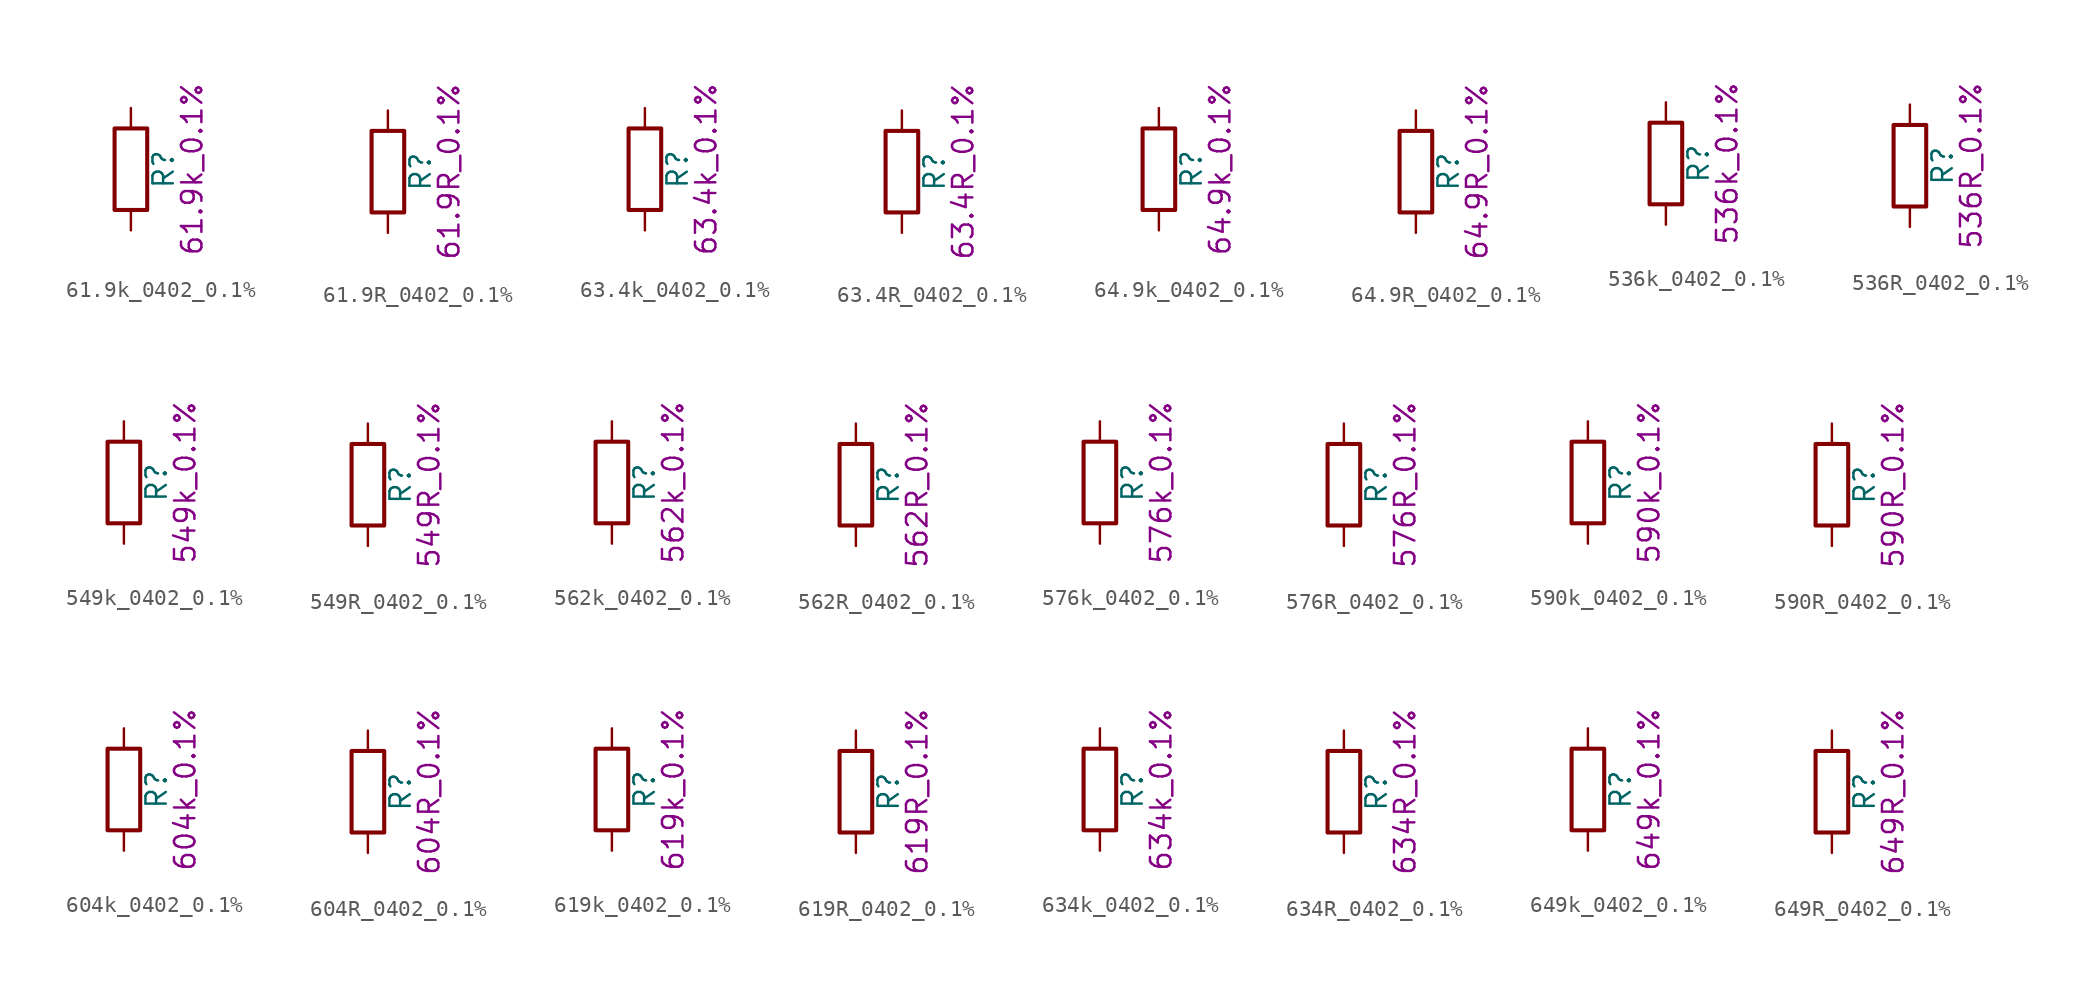
<source format=kicad_sym>
(kicad_symbol_lib
  (version 20211014)
  (generator kicad_symbol_editor)
  (symbol "61.9k_0402_0.1%"
    (pin_numbers hide)
    (pin_names
      (offset 0))
    (property "Reference" "R"
      (at 2.032 0 90)
      (effects (font (size 1.27 1.27))))
    (property "Display" "61.9k_0.1%"
      (at 3.81 0 90)
      (effects (font (size 1.27 1.27))))
    (symbol "61.9k_0402_0.1%_0_1"
      (rectangle (start -1.016 -2.54) (end 1.016 2.54) (stroke (width 0.254) (type default) (color 0 0 0 0)) (fill (type none))))
    (symbol "61.9k_0402_0.1%_1_1"
      (pin passive line (at 0 3.81 270) (length 1.27) (name "~" (effects (font (size 1.27 1.27)))) (number "1" (effects (font (size 1.27 1.27)))))
      (pin passive line (at 0 -3.81 90) (length 1.27) (name "~" (effects (font (size 1.27 1.27)))) (number "2" (effects (font (size 1.27 1.27)))))))
  (symbol "61.9R_0402_0.1%"
    (pin_numbers hide)
    (pin_names
      (offset 0))
    (property "Reference" "R"
      (at 2.032 0 90)
      (effects (font (size 1.27 1.27))))
    (property "Display" "61.9R_0.1%"
      (at 3.81 0 90)
      (effects (font (size 1.27 1.27))))
    (symbol "61.9R_0402_0.1%_0_1"
      (rectangle (start -1.016 -2.54) (end 1.016 2.54) (stroke (width 0.254) (type default) (color 0 0 0 0)) (fill (type none))))
    (symbol "61.9R_0402_0.1%_1_1"
      (pin passive line (at 0 3.81 270) (length 1.27) (name "~" (effects (font (size 1.27 1.27)))) (number "1" (effects (font (size 1.27 1.27)))))
      (pin passive line (at 0 -3.81 90) (length 1.27) (name "~" (effects (font (size 1.27 1.27)))) (number "2" (effects (font (size 1.27 1.27)))))))
  (symbol "63.4k_0402_0.1%"
    (pin_numbers hide)
    (pin_names
      (offset 0))
    (property "Reference" "R"
      (at 2.032 0 90)
      (effects (font (size 1.27 1.27))))
    (property "Display" "63.4k_0.1%"
      (at 3.81 0 90)
      (effects (font (size 1.27 1.27))))
    (symbol "63.4k_0402_0.1%_0_1"
      (rectangle (start -1.016 -2.54) (end 1.016 2.54) (stroke (width 0.254) (type default) (color 0 0 0 0)) (fill (type none))))
    (symbol "63.4k_0402_0.1%_1_1"
      (pin passive line (at 0 3.81 270) (length 1.27) (name "~" (effects (font (size 1.27 1.27)))) (number "1" (effects (font (size 1.27 1.27)))))
      (pin passive line (at 0 -3.81 90) (length 1.27) (name "~" (effects (font (size 1.27 1.27)))) (number "2" (effects (font (size 1.27 1.27)))))))
  (symbol "63.4R_0402_0.1%"
    (pin_numbers hide)
    (pin_names
      (offset 0))
    (property "Reference" "R"
      (at 2.032 0 90)
      (effects (font (size 1.27 1.27))))
    (property "Display" "63.4R_0.1%"
      (at 3.81 0 90)
      (effects (font (size 1.27 1.27))))
    (symbol "63.4R_0402_0.1%_0_1"
      (rectangle (start -1.016 -2.54) (end 1.016 2.54) (stroke (width 0.254) (type default) (color 0 0 0 0)) (fill (type none))))
    (symbol "63.4R_0402_0.1%_1_1"
      (pin passive line (at 0 3.81 270) (length 1.27) (name "~" (effects (font (size 1.27 1.27)))) (number "1" (effects (font (size 1.27 1.27)))))
      (pin passive line (at 0 -3.81 90) (length 1.27) (name "~" (effects (font (size 1.27 1.27)))) (number "2" (effects (font (size 1.27 1.27)))))))
  (symbol "64.9k_0402_0.1%"
    (pin_numbers hide)
    (pin_names
      (offset 0))
    (property "Reference" "R"
      (at 2.032 0 90)
      (effects (font (size 1.27 1.27))))
    (property "Display" "64.9k_0.1%"
      (at 3.81 0 90)
      (effects (font (size 1.27 1.27))))
    (symbol "64.9k_0402_0.1%_0_1"
      (rectangle (start -1.016 -2.54) (end 1.016 2.54) (stroke (width 0.254) (type default) (color 0 0 0 0)) (fill (type none))))
    (symbol "64.9k_0402_0.1%_1_1"
      (pin passive line (at 0 3.81 270) (length 1.27) (name "~" (effects (font (size 1.27 1.27)))) (number "1" (effects (font (size 1.27 1.27)))))
      (pin passive line (at 0 -3.81 90) (length 1.27) (name "~" (effects (font (size 1.27 1.27)))) (number "2" (effects (font (size 1.27 1.27)))))))
  (symbol "64.9R_0402_0.1%"
    (pin_numbers hide)
    (pin_names
      (offset 0))
    (property "Reference" "R"
      (at 2.032 0 90)
      (effects (font (size 1.27 1.27))))
    (property "Display" "64.9R_0.1%"
      (at 3.81 0 90)
      (effects (font (size 1.27 1.27))))
    (symbol "64.9R_0402_0.1%_0_1"
      (rectangle (start -1.016 -2.54) (end 1.016 2.54) (stroke (width 0.254) (type default) (color 0 0 0 0)) (fill (type none))))
    (symbol "64.9R_0402_0.1%_1_1"
      (pin passive line (at 0 3.81 270) (length 1.27) (name "~" (effects (font (size 1.27 1.27)))) (number "1" (effects (font (size 1.27 1.27)))))
      (pin passive line (at 0 -3.81 90) (length 1.27) (name "~" (effects (font (size 1.27 1.27)))) (number "2" (effects (font (size 1.27 1.27)))))))
  (symbol "536k_0402_0.1%"
    (pin_numbers hide)
    (pin_names
      (offset 0))
    (property "Reference" "R"
      (at 2.032 0 90)
      (effects (font (size 1.27 1.27))))
    (property "Display" "536k_0.1%"
      (at 3.81 0 90)
      (effects (font (size 1.27 1.27))))
    (symbol "536k_0402_0.1%_0_1"
      (rectangle (start -1.016 -2.54) (end 1.016 2.54) (stroke (width 0.254) (type default) (color 0 0 0 0)) (fill (type none))))
    (symbol "536k_0402_0.1%_1_1"
      (pin passive line (at 0 3.81 270) (length 1.27) (name "~" (effects (font (size 1.27 1.27)))) (number "1" (effects (font (size 1.27 1.27)))))
      (pin passive line (at 0 -3.81 90) (length 1.27) (name "~" (effects (font (size 1.27 1.27)))) (number "2" (effects (font (size 1.27 1.27)))))))
  (symbol "536R_0402_0.1%"
    (pin_numbers hide)
    (pin_names
      (offset 0))
    (property "Reference" "R"
      (at 2.032 0 90)
      (effects (font (size 1.27 1.27))))
    (property "Display" "536R_0.1%"
      (at 3.81 0 90)
      (effects (font (size 1.27 1.27))))
    (symbol "536R_0402_0.1%_0_1"
      (rectangle (start -1.016 -2.54) (end 1.016 2.54) (stroke (width 0.254) (type default) (color 0 0 0 0)) (fill (type none))))
    (symbol "536R_0402_0.1%_1_1"
      (pin passive line (at 0 3.81 270) (length 1.27) (name "~" (effects (font (size 1.27 1.27)))) (number "1" (effects (font (size 1.27 1.27)))))
      (pin passive line (at 0 -3.81 90) (length 1.27) (name "~" (effects (font (size 1.27 1.27)))) (number "2" (effects (font (size 1.27 1.27)))))))
  (symbol "549k_0402_0.1%"
    (pin_numbers hide)
    (pin_names
      (offset 0))
    (property "Reference" "R"
      (at 2.032 0 90)
      (effects (font (size 1.27 1.27))))
    (property "Display" "549k_0.1%"
      (at 3.81 0 90)
      (effects (font (size 1.27 1.27))))
    (symbol "549k_0402_0.1%_0_1"
      (rectangle (start -1.016 -2.54) (end 1.016 2.54) (stroke (width 0.254) (type default) (color 0 0 0 0)) (fill (type none))))
    (symbol "549k_0402_0.1%_1_1"
      (pin passive line (at 0 3.81 270) (length 1.27) (name "~" (effects (font (size 1.27 1.27)))) (number "1" (effects (font (size 1.27 1.27)))))
      (pin passive line (at 0 -3.81 90) (length 1.27) (name "~" (effects (font (size 1.27 1.27)))) (number "2" (effects (font (size 1.27 1.27)))))))
  (symbol "549R_0402_0.1%"
    (pin_numbers hide)
    (pin_names
      (offset 0))
    (property "Reference" "R"
      (at 2.032 0 90)
      (effects (font (size 1.27 1.27))))
    (property "Display" "549R_0.1%"
      (at 3.81 0 90)
      (effects (font (size 1.27 1.27))))
    (symbol "549R_0402_0.1%_0_1"
      (rectangle (start -1.016 -2.54) (end 1.016 2.54) (stroke (width 0.254) (type default) (color 0 0 0 0)) (fill (type none))))
    (symbol "549R_0402_0.1%_1_1"
      (pin passive line (at 0 3.81 270) (length 1.27) (name "~" (effects (font (size 1.27 1.27)))) (number "1" (effects (font (size 1.27 1.27)))))
      (pin passive line (at 0 -3.81 90) (length 1.27) (name "~" (effects (font (size 1.27 1.27)))) (number "2" (effects (font (size 1.27 1.27)))))))
  (symbol "562k_0402_0.1%"
    (pin_numbers hide)
    (pin_names
      (offset 0))
    (property "Reference" "R"
      (at 2.032 0 90)
      (effects (font (size 1.27 1.27))))
    (property "Display" "562k_0.1%"
      (at 3.81 0 90)
      (effects (font (size 1.27 1.27))))
    (symbol "562k_0402_0.1%_0_1"
      (rectangle (start -1.016 -2.54) (end 1.016 2.54) (stroke (width 0.254) (type default) (color 0 0 0 0)) (fill (type none))))
    (symbol "562k_0402_0.1%_1_1"
      (pin passive line (at 0 3.81 270) (length 1.27) (name "~" (effects (font (size 1.27 1.27)))) (number "1" (effects (font (size 1.27 1.27)))))
      (pin passive line (at 0 -3.81 90) (length 1.27) (name "~" (effects (font (size 1.27 1.27)))) (number "2" (effects (font (size 1.27 1.27)))))))
  (symbol "562R_0402_0.1%"
    (pin_numbers hide)
    (pin_names
      (offset 0))
    (property "Reference" "R"
      (at 2.032 0 90)
      (effects (font (size 1.27 1.27))))
    (property "Display" "562R_0.1%"
      (at 3.81 0 90)
      (effects (font (size 1.27 1.27))))
    (symbol "562R_0402_0.1%_0_1"
      (rectangle (start -1.016 -2.54) (end 1.016 2.54) (stroke (width 0.254) (type default) (color 0 0 0 0)) (fill (type none))))
    (symbol "562R_0402_0.1%_1_1"
      (pin passive line (at 0 3.81 270) (length 1.27) (name "~" (effects (font (size 1.27 1.27)))) (number "1" (effects (font (size 1.27 1.27)))))
      (pin passive line (at 0 -3.81 90) (length 1.27) (name "~" (effects (font (size 1.27 1.27)))) (number "2" (effects (font (size 1.27 1.27)))))))
  (symbol "576k_0402_0.1%"
    (pin_numbers hide)
    (pin_names
      (offset 0))
    (property "Reference" "R"
      (at 2.032 0 90)
      (effects (font (size 1.27 1.27))))
    (property "Display" "576k_0.1%"
      (at 3.81 0 90)
      (effects (font (size 1.27 1.27))))
    (symbol "576k_0402_0.1%_0_1"
      (rectangle (start -1.016 -2.54) (end 1.016 2.54) (stroke (width 0.254) (type default) (color 0 0 0 0)) (fill (type none))))
    (symbol "576k_0402_0.1%_1_1"
      (pin passive line (at 0 3.81 270) (length 1.27) (name "~" (effects (font (size 1.27 1.27)))) (number "1" (effects (font (size 1.27 1.27)))))
      (pin passive line (at 0 -3.81 90) (length 1.27) (name "~" (effects (font (size 1.27 1.27)))) (number "2" (effects (font (size 1.27 1.27)))))))
  (symbol "576R_0402_0.1%"
    (pin_numbers hide)
    (pin_names
      (offset 0))
    (property "Reference" "R"
      (at 2.032 0 90)
      (effects (font (size 1.27 1.27))))
    (property "Display" "576R_0.1%"
      (at 3.81 0 90)
      (effects (font (size 1.27 1.27))))
    (symbol "576R_0402_0.1%_0_1"
      (rectangle (start -1.016 -2.54) (end 1.016 2.54) (stroke (width 0.254) (type default) (color 0 0 0 0)) (fill (type none))))
    (symbol "576R_0402_0.1%_1_1"
      (pin passive line (at 0 3.81 270) (length 1.27) (name "~" (effects (font (size 1.27 1.27)))) (number "1" (effects (font (size 1.27 1.27)))))
      (pin passive line (at 0 -3.81 90) (length 1.27) (name "~" (effects (font (size 1.27 1.27)))) (number "2" (effects (font (size 1.27 1.27)))))))
  (symbol "590k_0402_0.1%"
    (pin_numbers hide)
    (pin_names
      (offset 0))
    (property "Reference" "R"
      (at 2.032 0 90)
      (effects (font (size 1.27 1.27))))
    (property "Display" "590k_0.1%"
      (at 3.81 0 90)
      (effects (font (size 1.27 1.27))))
    (symbol "590k_0402_0.1%_0_1"
      (rectangle (start -1.016 -2.54) (end 1.016 2.54) (stroke (width 0.254) (type default) (color 0 0 0 0)) (fill (type none))))
    (symbol "590k_0402_0.1%_1_1"
      (pin passive line (at 0 3.81 270) (length 1.27) (name "~" (effects (font (size 1.27 1.27)))) (number "1" (effects (font (size 1.27 1.27)))))
      (pin passive line (at 0 -3.81 90) (length 1.27) (name "~" (effects (font (size 1.27 1.27)))) (number "2" (effects (font (size 1.27 1.27)))))))
  (symbol "590R_0402_0.1%"
    (pin_numbers hide)
    (pin_names
      (offset 0))
    (property "Reference" "R"
      (at 2.032 0 90)
      (effects (font (size 1.27 1.27))))
    (property "Display" "590R_0.1%"
      (at 3.81 0 90)
      (effects (font (size 1.27 1.27))))
    (symbol "590R_0402_0.1%_0_1"
      (rectangle (start -1.016 -2.54) (end 1.016 2.54) (stroke (width 0.254) (type default) (color 0 0 0 0)) (fill (type none))))
    (symbol "590R_0402_0.1%_1_1"
      (pin passive line (at 0 3.81 270) (length 1.27) (name "~" (effects (font (size 1.27 1.27)))) (number "1" (effects (font (size 1.27 1.27)))))
      (pin passive line (at 0 -3.81 90) (length 1.27) (name "~" (effects (font (size 1.27 1.27)))) (number "2" (effects (font (size 1.27 1.27)))))))
  (symbol "604k_0402_0.1%"
    (pin_numbers hide)
    (pin_names
      (offset 0))
    (property "Reference" "R"
      (at 2.032 0 90)
      (effects (font (size 1.27 1.27))))
    (property "Display" "604k_0.1%"
      (at 3.81 0 90)
      (effects (font (size 1.27 1.27))))
    (symbol "604k_0402_0.1%_0_1"
      (rectangle (start -1.016 -2.54) (end 1.016 2.54) (stroke (width 0.254) (type default) (color 0 0 0 0)) (fill (type none))))
    (symbol "604k_0402_0.1%_1_1"
      (pin passive line (at 0 3.81 270) (length 1.27) (name "~" (effects (font (size 1.27 1.27)))) (number "1" (effects (font (size 1.27 1.27)))))
      (pin passive line (at 0 -3.81 90) (length 1.27) (name "~" (effects (font (size 1.27 1.27)))) (number "2" (effects (font (size 1.27 1.27)))))))
  (symbol "604R_0402_0.1%"
    (pin_numbers hide)
    (pin_names
      (offset 0))
    (property "Reference" "R"
      (at 2.032 0 90)
      (effects (font (size 1.27 1.27))))
    (property "Display" "604R_0.1%"
      (at 3.81 0 90)
      (effects (font (size 1.27 1.27))))
    (symbol "604R_0402_0.1%_0_1"
      (rectangle (start -1.016 -2.54) (end 1.016 2.54) (stroke (width 0.254) (type default) (color 0 0 0 0)) (fill (type none))))
    (symbol "604R_0402_0.1%_1_1"
      (pin passive line (at 0 3.81 270) (length 1.27) (name "~" (effects (font (size 1.27 1.27)))) (number "1" (effects (font (size 1.27 1.27)))))
      (pin passive line (at 0 -3.81 90) (length 1.27) (name "~" (effects (font (size 1.27 1.27)))) (number "2" (effects (font (size 1.27 1.27)))))))
  (symbol "619k_0402_0.1%"
    (pin_numbers hide)
    (pin_names
      (offset 0))
    (property "Reference" "R"
      (at 2.032 0 90)
      (effects (font (size 1.27 1.27))))
    (property "Display" "619k_0.1%"
      (at 3.81 0 90)
      (effects (font (size 1.27 1.27))))
    (symbol "619k_0402_0.1%_0_1"
      (rectangle (start -1.016 -2.54) (end 1.016 2.54) (stroke (width 0.254) (type default) (color 0 0 0 0)) (fill (type none))))
    (symbol "619k_0402_0.1%_1_1"
      (pin passive line (at 0 3.81 270) (length 1.27) (name "~" (effects (font (size 1.27 1.27)))) (number "1" (effects (font (size 1.27 1.27)))))
      (pin passive line (at 0 -3.81 90) (length 1.27) (name "~" (effects (font (size 1.27 1.27)))) (number "2" (effects (font (size 1.27 1.27)))))))
  (symbol "619R_0402_0.1%"
    (pin_numbers hide)
    (pin_names
      (offset 0))
    (property "Reference" "R"
      (at 2.032 0 90)
      (effects (font (size 1.27 1.27))))
    (property "Display" "619R_0.1%"
      (at 3.81 0 90)
      (effects (font (size 1.27 1.27))))
    (symbol "619R_0402_0.1%_0_1"
      (rectangle (start -1.016 -2.54) (end 1.016 2.54) (stroke (width 0.254) (type default) (color 0 0 0 0)) (fill (type none))))
    (symbol "619R_0402_0.1%_1_1"
      (pin passive line (at 0 3.81 270) (length 1.27) (name "~" (effects (font (size 1.27 1.27)))) (number "1" (effects (font (size 1.27 1.27)))))
      (pin passive line (at 0 -3.81 90) (length 1.27) (name "~" (effects (font (size 1.27 1.27)))) (number "2" (effects (font (size 1.27 1.27)))))))
  (symbol "634k_0402_0.1%"
    (pin_numbers hide)
    (pin_names
      (offset 0))
    (property "Reference" "R"
      (at 2.032 0 90)
      (effects (font (size 1.27 1.27))))
    (property "Display" "634k_0.1%"
      (at 3.81 0 90)
      (effects (font (size 1.27 1.27))))
    (symbol "634k_0402_0.1%_0_1"
      (rectangle (start -1.016 -2.54) (end 1.016 2.54) (stroke (width 0.254) (type default) (color 0 0 0 0)) (fill (type none))))
    (symbol "634k_0402_0.1%_1_1"
      (pin passive line (at 0 3.81 270) (length 1.27) (name "~" (effects (font (size 1.27 1.27)))) (number "1" (effects (font (size 1.27 1.27)))))
      (pin passive line (at 0 -3.81 90) (length 1.27) (name "~" (effects (font (size 1.27 1.27)))) (number "2" (effects (font (size 1.27 1.27)))))))
  (symbol "634R_0402_0.1%"
    (pin_numbers hide)
    (pin_names
      (offset 0))
    (property "Reference" "R"
      (at 2.032 0 90)
      (effects (font (size 1.27 1.27))))
    (property "Display" "634R_0.1%"
      (at 3.81 0 90)
      (effects (font (size 1.27 1.27))))
    (symbol "634R_0402_0.1%_0_1"
      (rectangle (start -1.016 -2.54) (end 1.016 2.54) (stroke (width 0.254) (type default) (color 0 0 0 0)) (fill (type none))))
    (symbol "634R_0402_0.1%_1_1"
      (pin passive line (at 0 3.81 270) (length 1.27) (name "~" (effects (font (size 1.27 1.27)))) (number "1" (effects (font (size 1.27 1.27)))))
      (pin passive line (at 0 -3.81 90) (length 1.27) (name "~" (effects (font (size 1.27 1.27)))) (number "2" (effects (font (size 1.27 1.27)))))))
  (symbol "649k_0402_0.1%"
    (pin_numbers hide)
    (pin_names
      (offset 0))
    (property "Reference" "R"
      (at 2.032 0 90)
      (effects (font (size 1.27 1.27))))
    (property "Display" "649k_0.1%"
      (at 3.81 0 90)
      (effects (font (size 1.27 1.27))))
    (symbol "649k_0402_0.1%_0_1"
      (rectangle (start -1.016 -2.54) (end 1.016 2.54) (stroke (width 0.254) (type default) (color 0 0 0 0)) (fill (type none))))
    (symbol "649k_0402_0.1%_1_1"
      (pin passive line (at 0 3.81 270) (length 1.27) (name "~" (effects (font (size 1.27 1.27)))) (number "1" (effects (font (size 1.27 1.27)))))
      (pin passive line (at 0 -3.81 90) (length 1.27) (name "~" (effects (font (size 1.27 1.27)))) (number "2" (effects (font (size 1.27 1.27)))))))
  (symbol "649R_0402_0.1%"
    (pin_numbers hide)
    (pin_names
      (offset 0))
    (property "Reference" "R"
      (at 2.032 0 90)
      (effects (font (size 1.27 1.27))))
    (property "Display" "649R_0.1%"
      (at 3.81 0 90)
      (effects (font (size 1.27 1.27))))
    (symbol "649R_0402_0.1%_0_1"
      (rectangle (start -1.016 -2.54) (end 1.016 2.54) (stroke (width 0.254) (type default) (color 0 0 0 0)) (fill (type none))))
    (symbol "649R_0402_0.1%_1_1"
      (pin passive line (at 0 3.81 270) (length 1.27) (name "~" (effects (font (size 1.27 1.27)))) (number "1" (effects (font (size 1.27 1.27)))))
      (pin passive line (at 0 -3.81 90) (length 1.27) (name "~" (effects (font (size 1.27 1.27)))) (number "2" (effects (font (size 1.27 1.27))))))))
</source>
